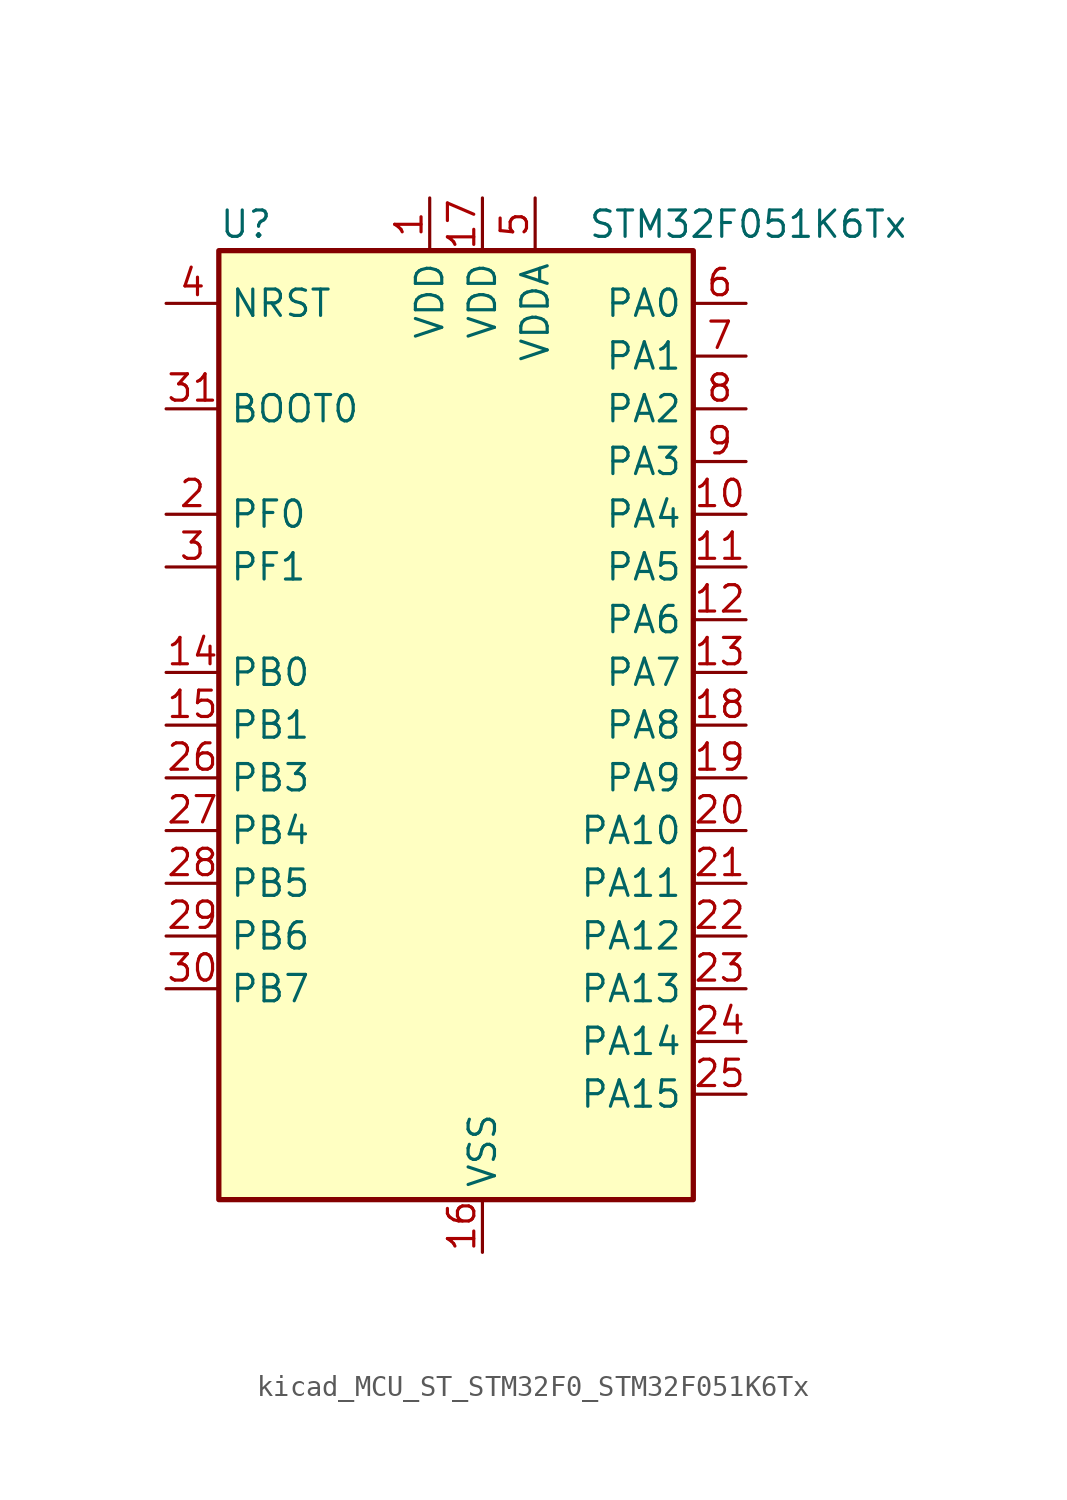
<source format=kicad_sym>
(kicad_symbol_lib
  (version 20220914)
  (generator kicad_symbol_editor)
  (symbol "kicad_MCU_ST_STM32F0_STM32F051K6Tx"
    (property "Reference" "U"
      (at -10.16 24.13 0)
      (effects (font (size 1.27 1.27)) (justify left)))
    (property "Value" "STM32F051K6Tx"
      (at 7.62 24.13 0)
      (effects (font (size 1.27 1.27)) (justify left)))
    (property "ki_locked" ""
      (at 0 0 0)
      (effects (font (size 1.27 1.27))))
    (symbol "kicad_MCU_ST_STM32F0_STM32F051K6Tx_0_1"
      (rectangle (start -10.16 -22.86) (end 12.7 22.86) (stroke (width 0.254) (type default)) (fill (type background))))
    (symbol "kicad_MCU_ST_STM32F0_STM32F051K6Tx_1_1"
      (pin power_in line (at 0 25.4 270) (length 2.54) (name "VDD" (effects (font (size 1.27 1.27)))) (number "1" (effects (font (size 1.27 1.27)))))
      (pin bidirectional line (at 15.24 10.16 180) (length 2.54) (name "PA4" (effects (font (size 1.27 1.27)))) (number "10" (effects (font (size 1.27 1.27)))) (alternate "ADC_IN4" bidirectional line) (alternate "COMP1_INM" bidirectional line) (alternate "COMP2_INM" bidirectional line) (alternate "DAC1_OUT1" bidirectional line) (alternate "I2S1_WS" bidirectional line) (alternate "SPI1_NSS" bidirectional line) (alternate "TIM14_CH1" bidirectional line) (alternate "TSC_G2_IO1" bidirectional line) (alternate "USART2_CK" bidirectional line))
      (pin bidirectional line (at 15.24 7.62 180) (length 2.54) (name "PA5" (effects (font (size 1.27 1.27)))) (number "11" (effects (font (size 1.27 1.27)))) (alternate "ADC_IN5" bidirectional line) (alternate "CEC" bidirectional line) (alternate "COMP1_INM" bidirectional line) (alternate "COMP2_INM" bidirectional line) (alternate "I2S1_CK" bidirectional line) (alternate "SPI1_SCK" bidirectional line) (alternate "TIM2_CH1" bidirectional line) (alternate "TIM2_ETR" bidirectional line) (alternate "TSC_G2_IO2" bidirectional line))
      (pin bidirectional line (at 15.24 5.08 180) (length 2.54) (name "PA6" (effects (font (size 1.27 1.27)))) (number "12" (effects (font (size 1.27 1.27)))) (alternate "ADC_IN6" bidirectional line) (alternate "COMP1_OUT" bidirectional line) (alternate "I2S1_MCK" bidirectional line) (alternate "SPI1_MISO" bidirectional line) (alternate "TIM16_CH1" bidirectional line) (alternate "TIM1_BKIN" bidirectional line) (alternate "TIM3_CH1" bidirectional line) (alternate "TSC_G2_IO3" bidirectional line))
      (pin bidirectional line (at 15.24 2.54 180) (length 2.54) (name "PA7" (effects (font (size 1.27 1.27)))) (number "13" (effects (font (size 1.27 1.27)))) (alternate "ADC_IN7" bidirectional line) (alternate "COMP2_OUT" bidirectional line) (alternate "I2S1_SD" bidirectional line) (alternate "SPI1_MOSI" bidirectional line) (alternate "TIM14_CH1" bidirectional line) (alternate "TIM17_CH1" bidirectional line) (alternate "TIM1_CH1N" bidirectional line) (alternate "TIM3_CH2" bidirectional line) (alternate "TSC_G2_IO4" bidirectional line))
      (pin bidirectional line (at -12.7 2.54 0) (length 2.54) (name "PB0" (effects (font (size 1.27 1.27)))) (number "14" (effects (font (size 1.27 1.27)))) (alternate "ADC_IN8" bidirectional line) (alternate "TIM1_CH2N" bidirectional line) (alternate "TIM3_CH3" bidirectional line) (alternate "TSC_G3_IO2" bidirectional line))
      (pin bidirectional line (at -12.7 0 0) (length 2.54) (name "PB1" (effects (font (size 1.27 1.27)))) (number "15" (effects (font (size 1.27 1.27)))) (alternate "ADC_IN9" bidirectional line) (alternate "TIM14_CH1" bidirectional line) (alternate "TIM1_CH3N" bidirectional line) (alternate "TIM3_CH4" bidirectional line) (alternate "TSC_G3_IO3" bidirectional line))
      (pin power_in line (at 2.54 -25.4 90) (length 2.54) (name "VSS" (effects (font (size 1.27 1.27)))) (number "16" (effects (font (size 1.27 1.27)))))
      (pin power_in line (at 2.54 25.4 270) (length 2.54) (name "VDD" (effects (font (size 1.27 1.27)))) (number "17" (effects (font (size 1.27 1.27)))))
      (pin bidirectional line (at 15.24 0 180) (length 2.54) (name "PA8" (effects (font (size 1.27 1.27)))) (number "18" (effects (font (size 1.27 1.27)))) (alternate "RCC_MCO" bidirectional line) (alternate "TIM1_CH1" bidirectional line) (alternate "USART1_CK" bidirectional line))
      (pin bidirectional line (at 15.24 -2.54 180) (length 2.54) (name "PA9" (effects (font (size 1.27 1.27)))) (number "19" (effects (font (size 1.27 1.27)))) (alternate "DAC1_EXTI9" bidirectional line) (alternate "TIM15_BKIN" bidirectional line) (alternate "TIM1_CH2" bidirectional line) (alternate "TSC_G4_IO1" bidirectional line) (alternate "USART1_TX" bidirectional line))
      (pin bidirectional line (at -12.7 10.16 0) (length 2.54) (name "PF0" (effects (font (size 1.27 1.27)))) (number "2" (effects (font (size 1.27 1.27)))) (alternate "RCC_OSC_IN" bidirectional line))
      (pin bidirectional line (at 15.24 -5.08 180) (length 2.54) (name "PA10" (effects (font (size 1.27 1.27)))) (number "20" (effects (font (size 1.27 1.27)))) (alternate "TIM17_BKIN" bidirectional line) (alternate "TIM1_CH3" bidirectional line) (alternate "TSC_G4_IO2" bidirectional line) (alternate "USART1_RX" bidirectional line))
      (pin bidirectional line (at 15.24 -7.62 180) (length 2.54) (name "PA11" (effects (font (size 1.27 1.27)))) (number "21" (effects (font (size 1.27 1.27)))) (alternate "COMP1_OUT" bidirectional line) (alternate "TIM1_CH4" bidirectional line) (alternate "TSC_G4_IO3" bidirectional line) (alternate "USART1_CTS" bidirectional line))
      (pin bidirectional line (at 15.24 -10.16 180) (length 2.54) (name "PA12" (effects (font (size 1.27 1.27)))) (number "22" (effects (font (size 1.27 1.27)))) (alternate "COMP2_OUT" bidirectional line) (alternate "TIM1_ETR" bidirectional line) (alternate "TSC_G4_IO4" bidirectional line) (alternate "USART1_DE" bidirectional line) (alternate "USART1_RTS" bidirectional line))
      (pin bidirectional line (at 15.24 -12.7 180) (length 2.54) (name "PA13" (effects (font (size 1.27 1.27)))) (number "23" (effects (font (size 1.27 1.27)))) (alternate "IR_OUT" bidirectional line) (alternate "SYS_SWDIO" bidirectional line))
      (pin bidirectional line (at 15.24 -15.24 180) (length 2.54) (name "PA14" (effects (font (size 1.27 1.27)))) (number "24" (effects (font (size 1.27 1.27)))) (alternate "SYS_SWCLK" bidirectional line) (alternate "USART2_TX" bidirectional line))
      (pin bidirectional line (at 15.24 -17.78 180) (length 2.54) (name "PA15" (effects (font (size 1.27 1.27)))) (number "25" (effects (font (size 1.27 1.27)))) (alternate "I2S1_WS" bidirectional line) (alternate "SPI1_NSS" bidirectional line) (alternate "TIM2_CH1" bidirectional line) (alternate "TIM2_ETR" bidirectional line) (alternate "USART2_RX" bidirectional line))
      (pin bidirectional line (at -12.7 -2.54 0) (length 2.54) (name "PB3" (effects (font (size 1.27 1.27)))) (number "26" (effects (font (size 1.27 1.27)))) (alternate "I2S1_CK" bidirectional line) (alternate "SPI1_SCK" bidirectional line) (alternate "TIM2_CH2" bidirectional line) (alternate "TSC_G5_IO1" bidirectional line))
      (pin bidirectional line (at -12.7 -5.08 0) (length 2.54) (name "PB4" (effects (font (size 1.27 1.27)))) (number "27" (effects (font (size 1.27 1.27)))) (alternate "I2S1_MCK" bidirectional line) (alternate "SPI1_MISO" bidirectional line) (alternate "TIM3_CH1" bidirectional line) (alternate "TSC_G5_IO2" bidirectional line))
      (pin bidirectional line (at -12.7 -7.62 0) (length 2.54) (name "PB5" (effects (font (size 1.27 1.27)))) (number "28" (effects (font (size 1.27 1.27)))) (alternate "I2C1_SMBA" bidirectional line) (alternate "I2S1_SD" bidirectional line) (alternate "SPI1_MOSI" bidirectional line) (alternate "TIM16_BKIN" bidirectional line) (alternate "TIM3_CH2" bidirectional line))
      (pin bidirectional line (at -12.7 -10.16 0) (length 2.54) (name "PB6" (effects (font (size 1.27 1.27)))) (number "29" (effects (font (size 1.27 1.27)))) (alternate "I2C1_SCL" bidirectional line) (alternate "TIM16_CH1N" bidirectional line) (alternate "TSC_G5_IO3" bidirectional line) (alternate "USART1_TX" bidirectional line))
      (pin bidirectional line (at -12.7 7.62 0) (length 2.54) (name "PF1" (effects (font (size 1.27 1.27)))) (number "3" (effects (font (size 1.27 1.27)))) (alternate "RCC_OSC_OUT" bidirectional line))
      (pin bidirectional line (at -12.7 -12.7 0) (length 2.54) (name "PB7" (effects (font (size 1.27 1.27)))) (number "30" (effects (font (size 1.27 1.27)))) (alternate "I2C1_SDA" bidirectional line) (alternate "TIM17_CH1N" bidirectional line) (alternate "TSC_G5_IO4" bidirectional line) (alternate "USART1_RX" bidirectional line))
      (pin input line (at -12.7 15.24 0) (length 2.54) (name "BOOT0" (effects (font (size 1.27 1.27)))) (number "31" (effects (font (size 1.27 1.27)))))
      (pin passive line (at 2.54 -25.4 90) (length 2.54) hide (name "VSS" (effects (font (size 1.27 1.27)))) (number "32" (effects (font (size 1.27 1.27)))))
      (pin input line (at -12.7 20.32 0) (length 2.54) (name "NRST" (effects (font (size 1.27 1.27)))) (number "4" (effects (font (size 1.27 1.27)))))
      (pin power_in line (at 5.08 25.4 270) (length 2.54) (name "VDDA" (effects (font (size 1.27 1.27)))) (number "5" (effects (font (size 1.27 1.27)))))
      (pin bidirectional line (at 15.24 20.32 180) (length 2.54) (name "PA0" (effects (font (size 1.27 1.27)))) (number "6" (effects (font (size 1.27 1.27)))) (alternate "ADC_IN0" bidirectional line) (alternate "COMP1_INM" bidirectional line) (alternate "COMP1_OUT" bidirectional line) (alternate "RTC_TAMP2" bidirectional line) (alternate "SYS_WKUP1" bidirectional line) (alternate "TIM2_CH1" bidirectional line) (alternate "TIM2_ETR" bidirectional line) (alternate "TSC_G1_IO1" bidirectional line) (alternate "USART2_CTS" bidirectional line))
      (pin bidirectional line (at 15.24 17.78 180) (length 2.54) (name "PA1" (effects (font (size 1.27 1.27)))) (number "7" (effects (font (size 1.27 1.27)))) (alternate "ADC_IN1" bidirectional line) (alternate "COMP1_INP" bidirectional line) (alternate "TIM2_CH2" bidirectional line) (alternate "TSC_G1_IO2" bidirectional line) (alternate "USART2_DE" bidirectional line) (alternate "USART2_RTS" bidirectional line))
      (pin bidirectional line (at 15.24 15.24 180) (length 2.54) (name "PA2" (effects (font (size 1.27 1.27)))) (number "8" (effects (font (size 1.27 1.27)))) (alternate "ADC_IN2" bidirectional line) (alternate "COMP2_INM" bidirectional line) (alternate "COMP2_OUT" bidirectional line) (alternate "TIM15_CH1" bidirectional line) (alternate "TIM2_CH3" bidirectional line) (alternate "TSC_G1_IO3" bidirectional line) (alternate "USART2_TX" bidirectional line))
      (pin bidirectional line (at 15.24 12.7 180) (length 2.54) (name "PA3" (effects (font (size 1.27 1.27)))) (number "9" (effects (font (size 1.27 1.27)))) (alternate "ADC_IN3" bidirectional line) (alternate "COMP2_INP" bidirectional line) (alternate "TIM15_CH2" bidirectional line) (alternate "TIM2_CH4" bidirectional line) (alternate "TSC_G1_IO4" bidirectional line) (alternate "USART2_RX" bidirectional line)))))
</source>
